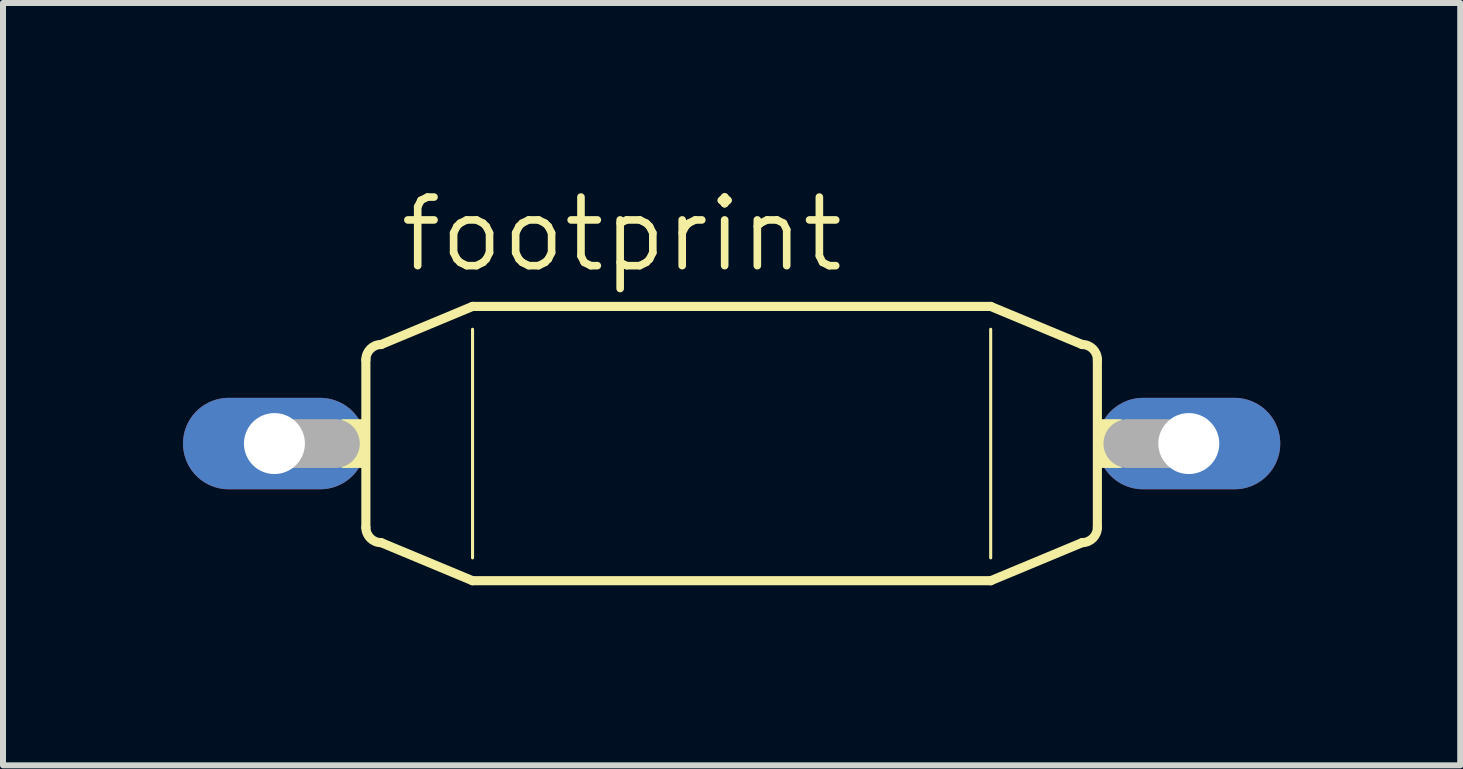
<source format=kicad_pcb>
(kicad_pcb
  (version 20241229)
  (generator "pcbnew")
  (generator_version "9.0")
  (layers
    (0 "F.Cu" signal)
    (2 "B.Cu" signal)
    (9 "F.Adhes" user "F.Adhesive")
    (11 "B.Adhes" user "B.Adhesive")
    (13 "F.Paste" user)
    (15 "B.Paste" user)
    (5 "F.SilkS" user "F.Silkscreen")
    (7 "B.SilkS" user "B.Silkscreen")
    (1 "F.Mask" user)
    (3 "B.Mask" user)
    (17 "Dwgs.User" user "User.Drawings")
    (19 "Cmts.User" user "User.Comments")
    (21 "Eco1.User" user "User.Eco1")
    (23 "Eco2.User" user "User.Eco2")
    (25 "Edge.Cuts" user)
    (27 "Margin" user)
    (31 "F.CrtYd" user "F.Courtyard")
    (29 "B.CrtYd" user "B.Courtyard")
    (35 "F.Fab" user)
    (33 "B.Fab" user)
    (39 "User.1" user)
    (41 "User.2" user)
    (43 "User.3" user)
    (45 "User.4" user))
  (footprint "footprint"
    (layer "F.Cu")
    (at 9.144 4.343)
    (property "Reference" "footprint" (at -5.588 -2.819 0) (layer "F.SilkS") (effects (font (size 1.143 1.143) (thickness 0.127)) (justify left bottom)))
    (fp_line (start -6.096 1.397) (end -6.096 -1.397) (stroke (width 0.152) (type solid)) (layer "F.SilkS"))
    (fp_line (start -5.842 -1.651) (end -4.318 -2.286) (stroke (width 0.152) (type solid)) (layer "F.SilkS"))
    (fp_line (start -5.842 1.651) (end -4.318 2.286) (stroke (width 0.152) (type solid)) (layer "F.SilkS"))
    (fp_line (start -4.318 -1.905) (end -4.318 1.905) (stroke (width 0.051) (type solid)) (layer "F.SilkS"))
    (fp_line (start 4.318 -2.286) (end -4.318 -2.286) (stroke (width 0.152) (type solid)) (layer "F.SilkS"))
    (fp_line (start 4.318 -1.905) (end 4.318 1.905) (stroke (width 0.051) (type solid)) (layer "F.SilkS"))
    (fp_line (start 4.318 2.286) (end -4.318 2.286) (stroke (width 0.152) (type solid)) (layer "F.SilkS"))
    (fp_line (start 5.842 -1.651) (end 4.318 -2.286) (stroke (width 0.152) (type solid)) (layer "F.SilkS"))
    (fp_line (start 5.842 1.651) (end 4.318 2.286) (stroke (width 0.152) (type solid)) (layer "F.SilkS"))
    (fp_line (start 6.096 1.397) (end 6.096 -1.397) (stroke (width 0.152) (type solid)) (layer "F.SilkS"))
    (fp_arc (start -6.096 -1.397) (mid -6.021605 -1.576605) (end -5.842 -1.651) (stroke (width 0.1524) (type solid)) (layer "F.SilkS"))
    (fp_arc (start -5.842 1.651) (mid -6.021605 1.576605) (end -6.096 1.397) (stroke (width 0.1524) (type solid)) (layer "F.SilkS"))
    (fp_arc (start 5.842 -1.651) (mid 6.021605 -1.576605) (end 6.096 -1.397) (stroke (width 0.1524) (type solid)) (layer "F.SilkS"))
    (fp_arc (start 6.096 1.397) (mid 6.021605 1.576605) (end 5.842 1.651) (stroke (width 0.1524) (type solid)) (layer "F.SilkS"))
    (fp_poly (pts (xy -6.502 0.406) (xy -6.096 0.406) (xy -6.096 -0.406) (xy -6.502 -0.406)) (stroke (width 0) (type solid)) (fill yes) (layer "F.SilkS"))
    (fp_poly (pts (xy 6.096 0.406) (xy 6.502 0.406) (xy 6.502 -0.406) (xy 6.096 -0.406)) (stroke (width 0) (type solid)) (fill yes) (layer "F.SilkS"))
    (fp_line (start -7.62 0) (end -6.604 0) (stroke (width 0.813) (type solid)) (layer "F.Fab"))
    (fp_line (start 7.62 0) (end 6.604 0) (stroke (width 0.813) (type solid)) (layer "F.Fab"))
    (pad "1" thru_hole oval (at -7.62 0) (size 3.048 1.524) (drill 1.016) (layers "*.Cu" "*.Mask"))
    (pad "2" thru_hole oval (at 7.62 0) (size 3.048 1.524) (drill 1.016) (layers "*.Cu" "*.Mask")))
  (gr_rect
    (start -3 -3)
    (end 21.288 9.706)
    (stroke (width 0.1) (type default))
    (fill no)
    (layer "Edge.Cuts")))
</source>
